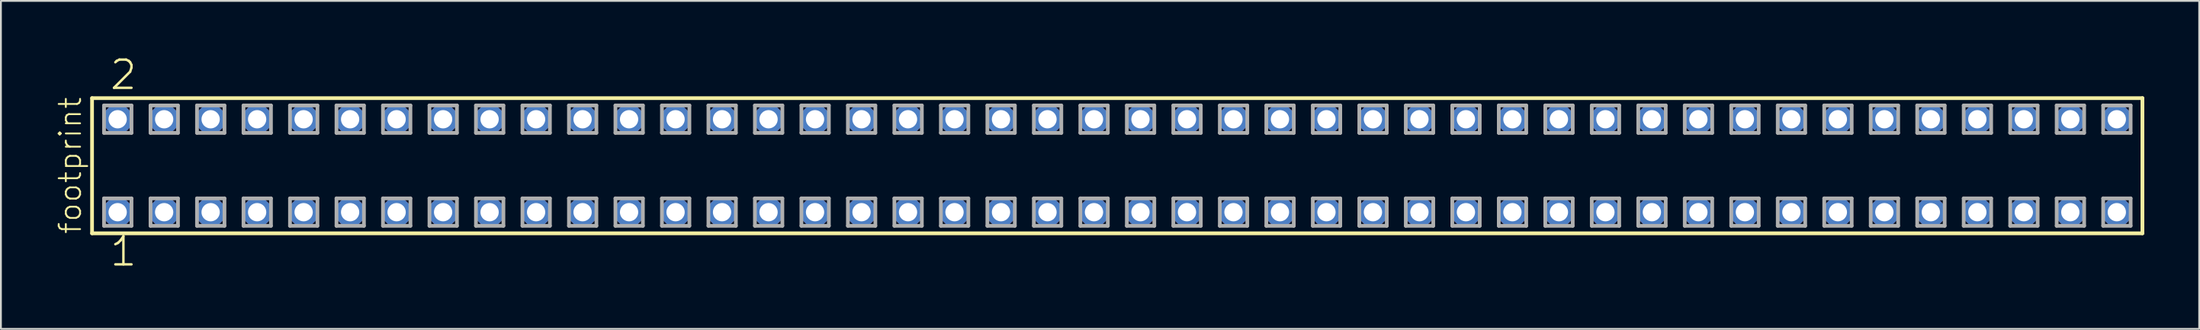
<source format=kicad_pcb>
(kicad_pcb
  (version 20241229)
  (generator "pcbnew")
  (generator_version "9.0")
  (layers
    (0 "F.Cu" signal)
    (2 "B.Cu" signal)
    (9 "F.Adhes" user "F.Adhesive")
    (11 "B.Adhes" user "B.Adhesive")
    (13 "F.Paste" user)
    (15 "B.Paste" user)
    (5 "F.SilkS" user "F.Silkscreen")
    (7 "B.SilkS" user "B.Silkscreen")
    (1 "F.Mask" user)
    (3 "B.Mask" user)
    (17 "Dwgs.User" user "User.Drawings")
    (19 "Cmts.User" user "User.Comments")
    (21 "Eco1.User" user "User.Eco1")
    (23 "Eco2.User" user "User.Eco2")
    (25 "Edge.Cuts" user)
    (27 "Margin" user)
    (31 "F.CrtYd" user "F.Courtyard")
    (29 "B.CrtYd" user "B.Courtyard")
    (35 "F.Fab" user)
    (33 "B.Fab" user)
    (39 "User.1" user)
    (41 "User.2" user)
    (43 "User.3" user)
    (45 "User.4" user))
  (footprint "footprint"
    (layer "F.Cu")
    (at 57.988 6.009)
    (property "Reference" "footprint" (at -56.515 3.81 90) (layer "F.SilkS") (effects (font (size 1.168 1.168) (thickness 0.102)) (justify left bottom)))
    (fp_line (start -56.009 -3.695) (end 56.009 -3.695) (stroke (width 0.203) (type solid)) (layer "F.SilkS"))
    (fp_line (start -56.009 3.695) (end -56.009 -3.695) (stroke (width 0.203) (type solid)) (layer "F.SilkS"))
    (fp_line (start 56.009 -3.695) (end 56.009 3.695) (stroke (width 0.203) (type solid)) (layer "F.SilkS"))
    (fp_line (start 56.009 3.695) (end -56.009 3.695) (stroke (width 0.203) (type solid)) (layer "F.SilkS"))
    (fp_line (start -55.355 -3.295) (end -53.855 -3.295) (stroke (width 0.203) (type solid)) (layer "F.Fab"))
    (fp_line (start -55.355 -1.795) (end -55.355 -3.295) (stroke (width 0.203) (type solid)) (layer "F.Fab"))
    (fp_line (start -55.355 1.785) (end -53.855 1.785) (stroke (width 0.203) (type solid)) (layer "F.Fab"))
    (fp_line (start -55.355 3.285) (end -55.355 1.785) (stroke (width 0.203) (type solid)) (layer "F.Fab"))
    (fp_line (start -53.855 -3.295) (end -53.855 -1.795) (stroke (width 0.203) (type solid)) (layer "F.Fab"))
    (fp_line (start -53.855 -1.795) (end -55.355 -1.795) (stroke (width 0.203) (type solid)) (layer "F.Fab"))
    (fp_line (start -53.855 1.785) (end -53.855 3.285) (stroke (width 0.203) (type solid)) (layer "F.Fab"))
    (fp_line (start -53.855 3.285) (end -55.355 3.285) (stroke (width 0.203) (type solid)) (layer "F.Fab"))
    (fp_line (start -52.815 -3.295) (end -51.315 -3.295) (stroke (width 0.203) (type solid)) (layer "F.Fab"))
    (fp_line (start -52.815 -1.795) (end -52.815 -3.295) (stroke (width 0.203) (type solid)) (layer "F.Fab"))
    (fp_line (start -52.815 1.785) (end -51.315 1.785) (stroke (width 0.203) (type solid)) (layer "F.Fab"))
    (fp_line (start -52.815 3.285) (end -52.815 1.785) (stroke (width 0.203) (type solid)) (layer "F.Fab"))
    (fp_line (start -51.315 -3.295) (end -51.315 -1.795) (stroke (width 0.203) (type solid)) (layer "F.Fab"))
    (fp_line (start -51.315 -1.795) (end -52.815 -1.795) (stroke (width 0.203) (type solid)) (layer "F.Fab"))
    (fp_line (start -51.315 1.785) (end -51.315 3.285) (stroke (width 0.203) (type solid)) (layer "F.Fab"))
    (fp_line (start -51.315 3.285) (end -52.815 3.285) (stroke (width 0.203) (type solid)) (layer "F.Fab"))
    (fp_line (start -50.275 -3.295) (end -48.775 -3.295) (stroke (width 0.203) (type solid)) (layer "F.Fab"))
    (fp_line (start -50.275 -1.795) (end -50.275 -3.295) (stroke (width 0.203) (type solid)) (layer "F.Fab"))
    (fp_line (start -50.275 1.785) (end -48.775 1.785) (stroke (width 0.203) (type solid)) (layer "F.Fab"))
    (fp_line (start -50.275 3.285) (end -50.275 1.785) (stroke (width 0.203) (type solid)) (layer "F.Fab"))
    (fp_line (start -48.775 -3.295) (end -48.775 -1.795) (stroke (width 0.203) (type solid)) (layer "F.Fab"))
    (fp_line (start -48.775 -1.795) (end -50.275 -1.795) (stroke (width 0.203) (type solid)) (layer "F.Fab"))
    (fp_line (start -48.775 1.785) (end -48.775 3.285) (stroke (width 0.203) (type solid)) (layer "F.Fab"))
    (fp_line (start -48.775 3.285) (end -50.275 3.285) (stroke (width 0.203) (type solid)) (layer "F.Fab"))
    (fp_line (start -47.735 -3.295) (end -46.235 -3.295) (stroke (width 0.203) (type solid)) (layer "F.Fab"))
    (fp_line (start -47.735 -1.795) (end -47.735 -3.295) (stroke (width 0.203) (type solid)) (layer "F.Fab"))
    (fp_line (start -47.735 1.785) (end -46.235 1.785) (stroke (width 0.203) (type solid)) (layer "F.Fab"))
    (fp_line (start -47.735 3.285) (end -47.735 1.785) (stroke (width 0.203) (type solid)) (layer "F.Fab"))
    (fp_line (start -46.235 -3.295) (end -46.235 -1.795) (stroke (width 0.203) (type solid)) (layer "F.Fab"))
    (fp_line (start -46.235 -1.795) (end -47.735 -1.795) (stroke (width 0.203) (type solid)) (layer "F.Fab"))
    (fp_line (start -46.235 1.785) (end -46.235 3.285) (stroke (width 0.203) (type solid)) (layer "F.Fab"))
    (fp_line (start -46.235 3.285) (end -47.735 3.285) (stroke (width 0.203) (type solid)) (layer "F.Fab"))
    (fp_line (start -45.195 -3.295) (end -43.695 -3.295) (stroke (width 0.203) (type solid)) (layer "F.Fab"))
    (fp_line (start -45.195 -1.795) (end -45.195 -3.295) (stroke (width 0.203) (type solid)) (layer "F.Fab"))
    (fp_line (start -45.195 1.785) (end -43.695 1.785) (stroke (width 0.203) (type solid)) (layer "F.Fab"))
    (fp_line (start -45.195 3.285) (end -45.195 1.785) (stroke (width 0.203) (type solid)) (layer "F.Fab"))
    (fp_line (start -43.695 -3.295) (end -43.695 -1.795) (stroke (width 0.203) (type solid)) (layer "F.Fab"))
    (fp_line (start -43.695 -1.795) (end -45.195 -1.795) (stroke (width 0.203) (type solid)) (layer "F.Fab"))
    (fp_line (start -43.695 1.785) (end -43.695 3.285) (stroke (width 0.203) (type solid)) (layer "F.Fab"))
    (fp_line (start -43.695 3.285) (end -45.195 3.285) (stroke (width 0.203) (type solid)) (layer "F.Fab"))
    (fp_line (start -42.655 -3.295) (end -41.155 -3.295) (stroke (width 0.203) (type solid)) (layer "F.Fab"))
    (fp_line (start -42.655 -1.795) (end -42.655 -3.295) (stroke (width 0.203) (type solid)) (layer "F.Fab"))
    (fp_line (start -42.655 1.785) (end -41.155 1.785) (stroke (width 0.203) (type solid)) (layer "F.Fab"))
    (fp_line (start -42.655 3.285) (end -42.655 1.785) (stroke (width 0.203) (type solid)) (layer "F.Fab"))
    (fp_line (start -41.155 -3.295) (end -41.155 -1.795) (stroke (width 0.203) (type solid)) (layer "F.Fab"))
    (fp_line (start -41.155 -1.795) (end -42.655 -1.795) (stroke (width 0.203) (type solid)) (layer "F.Fab"))
    (fp_line (start -41.155 1.785) (end -41.155 3.285) (stroke (width 0.203) (type solid)) (layer "F.Fab"))
    (fp_line (start -41.155 3.285) (end -42.655 3.285) (stroke (width 0.203) (type solid)) (layer "F.Fab"))
    (fp_line (start -40.115 -3.295) (end -38.615 -3.295) (stroke (width 0.203) (type solid)) (layer "F.Fab"))
    (fp_line (start -40.115 -1.795) (end -40.115 -3.295) (stroke (width 0.203) (type solid)) (layer "F.Fab"))
    (fp_line (start -40.115 1.785) (end -38.615 1.785) (stroke (width 0.203) (type solid)) (layer "F.Fab"))
    (fp_line (start -40.115 3.285) (end -40.115 1.785) (stroke (width 0.203) (type solid)) (layer "F.Fab"))
    (fp_line (start -38.615 -3.295) (end -38.615 -1.795) (stroke (width 0.203) (type solid)) (layer "F.Fab"))
    (fp_line (start -38.615 -1.795) (end -40.115 -1.795) (stroke (width 0.203) (type solid)) (layer "F.Fab"))
    (fp_line (start -38.615 1.785) (end -38.615 3.285) (stroke (width 0.203) (type solid)) (layer "F.Fab"))
    (fp_line (start -38.615 3.285) (end -40.115 3.285) (stroke (width 0.203) (type solid)) (layer "F.Fab"))
    (fp_line (start -37.575 -3.295) (end -36.075 -3.295) (stroke (width 0.203) (type solid)) (layer "F.Fab"))
    (fp_line (start -37.575 -1.795) (end -37.575 -3.295) (stroke (width 0.203) (type solid)) (layer "F.Fab"))
    (fp_line (start -37.575 1.785) (end -36.075 1.785) (stroke (width 0.203) (type solid)) (layer "F.Fab"))
    (fp_line (start -37.575 3.285) (end -37.575 1.785) (stroke (width 0.203) (type solid)) (layer "F.Fab"))
    (fp_line (start -36.075 -3.295) (end -36.075 -1.795) (stroke (width 0.203) (type solid)) (layer "F.Fab"))
    (fp_line (start -36.075 -1.795) (end -37.575 -1.795) (stroke (width 0.203) (type solid)) (layer "F.Fab"))
    (fp_line (start -36.075 1.785) (end -36.075 3.285) (stroke (width 0.203) (type solid)) (layer "F.Fab"))
    (fp_line (start -36.075 3.285) (end -37.575 3.285) (stroke (width 0.203) (type solid)) (layer "F.Fab"))
    (fp_line (start -35.035 -3.295) (end -33.535 -3.295) (stroke (width 0.203) (type solid)) (layer "F.Fab"))
    (fp_line (start -35.035 -1.795) (end -35.035 -3.295) (stroke (width 0.203) (type solid)) (layer "F.Fab"))
    (fp_line (start -35.035 1.785) (end -33.535 1.785) (stroke (width 0.203) (type solid)) (layer "F.Fab"))
    (fp_line (start -35.035 3.285) (end -35.035 1.785) (stroke (width 0.203) (type solid)) (layer "F.Fab"))
    (fp_line (start -33.535 -3.295) (end -33.535 -1.795) (stroke (width 0.203) (type solid)) (layer "F.Fab"))
    (fp_line (start -33.535 -1.795) (end -35.035 -1.795) (stroke (width 0.203) (type solid)) (layer "F.Fab"))
    (fp_line (start -33.535 1.785) (end -33.535 3.285) (stroke (width 0.203) (type solid)) (layer "F.Fab"))
    (fp_line (start -33.535 3.285) (end -35.035 3.285) (stroke (width 0.203) (type solid)) (layer "F.Fab"))
    (fp_line (start -32.495 -3.295) (end -30.995 -3.295) (stroke (width 0.203) (type solid)) (layer "F.Fab"))
    (fp_line (start -32.495 -1.795) (end -32.495 -3.295) (stroke (width 0.203) (type solid)) (layer "F.Fab"))
    (fp_line (start -32.495 1.785) (end -30.995 1.785) (stroke (width 0.203) (type solid)) (layer "F.Fab"))
    (fp_line (start -32.495 3.285) (end -32.495 1.785) (stroke (width 0.203) (type solid)) (layer "F.Fab"))
    (fp_line (start -30.995 -3.295) (end -30.995 -1.795) (stroke (width 0.203) (type solid)) (layer "F.Fab"))
    (fp_line (start -30.995 -1.795) (end -32.495 -1.795) (stroke (width 0.203) (type solid)) (layer "F.Fab"))
    (fp_line (start -30.995 1.785) (end -30.995 3.285) (stroke (width 0.203) (type solid)) (layer "F.Fab"))
    (fp_line (start -30.995 3.285) (end -32.495 3.285) (stroke (width 0.203) (type solid)) (layer "F.Fab"))
    (fp_line (start -29.955 -3.295) (end -28.455 -3.295) (stroke (width 0.203) (type solid)) (layer "F.Fab"))
    (fp_line (start -29.955 -1.795) (end -29.955 -3.295) (stroke (width 0.203) (type solid)) (layer "F.Fab"))
    (fp_line (start -29.955 1.785) (end -28.455 1.785) (stroke (width 0.203) (type solid)) (layer "F.Fab"))
    (fp_line (start -29.955 3.285) (end -29.955 1.785) (stroke (width 0.203) (type solid)) (layer "F.Fab"))
    (fp_line (start -28.455 -3.295) (end -28.455 -1.795) (stroke (width 0.203) (type solid)) (layer "F.Fab"))
    (fp_line (start -28.455 -1.795) (end -29.955 -1.795) (stroke (width 0.203) (type solid)) (layer "F.Fab"))
    (fp_line (start -28.455 1.785) (end -28.455 3.285) (stroke (width 0.203) (type solid)) (layer "F.Fab"))
    (fp_line (start -28.455 3.285) (end -29.955 3.285) (stroke (width 0.203) (type solid)) (layer "F.Fab"))
    (fp_line (start -27.415 -3.295) (end -25.915 -3.295) (stroke (width 0.203) (type solid)) (layer "F.Fab"))
    (fp_line (start -27.415 -1.795) (end -27.415 -3.295) (stroke (width 0.203) (type solid)) (layer "F.Fab"))
    (fp_line (start -27.415 1.785) (end -25.915 1.785) (stroke (width 0.203) (type solid)) (layer "F.Fab"))
    (fp_line (start -27.415 3.285) (end -27.415 1.785) (stroke (width 0.203) (type solid)) (layer "F.Fab"))
    (fp_line (start -25.915 -3.295) (end -25.915 -1.795) (stroke (width 0.203) (type solid)) (layer "F.Fab"))
    (fp_line (start -25.915 -1.795) (end -27.415 -1.795) (stroke (width 0.203) (type solid)) (layer "F.Fab"))
    (fp_line (start -25.915 1.785) (end -25.915 3.285) (stroke (width 0.203) (type solid)) (layer "F.Fab"))
    (fp_line (start -25.915 3.285) (end -27.415 3.285) (stroke (width 0.203) (type solid)) (layer "F.Fab"))
    (fp_line (start -24.875 -3.295) (end -23.375 -3.295) (stroke (width 0.203) (type solid)) (layer "F.Fab"))
    (fp_line (start -24.875 -1.795) (end -24.875 -3.295) (stroke (width 0.203) (type solid)) (layer "F.Fab"))
    (fp_line (start -24.875 1.785) (end -23.375 1.785) (stroke (width 0.203) (type solid)) (layer "F.Fab"))
    (fp_line (start -24.875 3.285) (end -24.875 1.785) (stroke (width 0.203) (type solid)) (layer "F.Fab"))
    (fp_line (start -23.375 -3.295) (end -23.375 -1.795) (stroke (width 0.203) (type solid)) (layer "F.Fab"))
    (fp_line (start -23.375 -1.795) (end -24.875 -1.795) (stroke (width 0.203) (type solid)) (layer "F.Fab"))
    (fp_line (start -23.375 1.785) (end -23.375 3.285) (stroke (width 0.203) (type solid)) (layer "F.Fab"))
    (fp_line (start -23.375 3.285) (end -24.875 3.285) (stroke (width 0.203) (type solid)) (layer "F.Fab"))
    (fp_line (start -22.335 -3.295) (end -20.835 -3.295) (stroke (width 0.203) (type solid)) (layer "F.Fab"))
    (fp_line (start -22.335 -1.795) (end -22.335 -3.295) (stroke (width 0.203) (type solid)) (layer "F.Fab"))
    (fp_line (start -22.335 1.785) (end -20.835 1.785) (stroke (width 0.203) (type solid)) (layer "F.Fab"))
    (fp_line (start -22.335 3.285) (end -22.335 1.785) (stroke (width 0.203) (type solid)) (layer "F.Fab"))
    (fp_line (start -20.835 -3.295) (end -20.835 -1.795) (stroke (width 0.203) (type solid)) (layer "F.Fab"))
    (fp_line (start -20.835 -1.795) (end -22.335 -1.795) (stroke (width 0.203) (type solid)) (layer "F.Fab"))
    (fp_line (start -20.835 1.785) (end -20.835 3.285) (stroke (width 0.203) (type solid)) (layer "F.Fab"))
    (fp_line (start -20.835 3.285) (end -22.335 3.285) (stroke (width 0.203) (type solid)) (layer "F.Fab"))
    (fp_line (start -19.795 -3.295) (end -18.295 -3.295) (stroke (width 0.203) (type solid)) (layer "F.Fab"))
    (fp_line (start -19.795 -1.795) (end -19.795 -3.295) (stroke (width 0.203) (type solid)) (layer "F.Fab"))
    (fp_line (start -19.795 1.785) (end -18.295 1.785) (stroke (width 0.203) (type solid)) (layer "F.Fab"))
    (fp_line (start -19.795 3.285) (end -19.795 1.785) (stroke (width 0.203) (type solid)) (layer "F.Fab"))
    (fp_line (start -18.295 -3.295) (end -18.295 -1.795) (stroke (width 0.203) (type solid)) (layer "F.Fab"))
    (fp_line (start -18.295 -1.795) (end -19.795 -1.795) (stroke (width 0.203) (type solid)) (layer "F.Fab"))
    (fp_line (start -18.295 1.785) (end -18.295 3.285) (stroke (width 0.203) (type solid)) (layer "F.Fab"))
    (fp_line (start -18.295 3.285) (end -19.795 3.285) (stroke (width 0.203) (type solid)) (layer "F.Fab"))
    (fp_line (start -17.255 -3.295) (end -15.755 -3.295) (stroke (width 0.203) (type solid)) (layer "F.Fab"))
    (fp_line (start -17.255 -1.795) (end -17.255 -3.295) (stroke (width 0.203) (type solid)) (layer "F.Fab"))
    (fp_line (start -17.255 1.785) (end -15.755 1.785) (stroke (width 0.203) (type solid)) (layer "F.Fab"))
    (fp_line (start -17.255 3.285) (end -17.255 1.785) (stroke (width 0.203) (type solid)) (layer "F.Fab"))
    (fp_line (start -15.755 -3.295) (end -15.755 -1.795) (stroke (width 0.203) (type solid)) (layer "F.Fab"))
    (fp_line (start -15.755 -1.795) (end -17.255 -1.795) (stroke (width 0.203) (type solid)) (layer "F.Fab"))
    (fp_line (start -15.755 1.785) (end -15.755 3.285) (stroke (width 0.203) (type solid)) (layer "F.Fab"))
    (fp_line (start -15.755 3.285) (end -17.255 3.285) (stroke (width 0.203) (type solid)) (layer "F.Fab"))
    (fp_line (start -14.715 -3.295) (end -13.215 -3.295) (stroke (width 0.203) (type solid)) (layer "F.Fab"))
    (fp_line (start -14.715 -1.795) (end -14.715 -3.295) (stroke (width 0.203) (type solid)) (layer "F.Fab"))
    (fp_line (start -14.715 1.785) (end -13.215 1.785) (stroke (width 0.203) (type solid)) (layer "F.Fab"))
    (fp_line (start -14.715 3.285) (end -14.715 1.785) (stroke (width 0.203) (type solid)) (layer "F.Fab"))
    (fp_line (start -13.215 -3.295) (end -13.215 -1.795) (stroke (width 0.203) (type solid)) (layer "F.Fab"))
    (fp_line (start -13.215 -1.795) (end -14.715 -1.795) (stroke (width 0.203) (type solid)) (layer "F.Fab"))
    (fp_line (start -13.215 1.785) (end -13.215 3.285) (stroke (width 0.203) (type solid)) (layer "F.Fab"))
    (fp_line (start -13.215 3.285) (end -14.715 3.285) (stroke (width 0.203) (type solid)) (layer "F.Fab"))
    (fp_line (start -12.175 -3.295) (end -10.675 -3.295) (stroke (width 0.203) (type solid)) (layer "F.Fab"))
    (fp_line (start -12.175 -1.795) (end -12.175 -3.295) (stroke (width 0.203) (type solid)) (layer "F.Fab"))
    (fp_line (start -12.175 1.785) (end -10.675 1.785) (stroke (width 0.203) (type solid)) (layer "F.Fab"))
    (fp_line (start -12.175 3.285) (end -12.175 1.785) (stroke (width 0.203) (type solid)) (layer "F.Fab"))
    (fp_line (start -10.675 -3.295) (end -10.675 -1.795) (stroke (width 0.203) (type solid)) (layer "F.Fab"))
    (fp_line (start -10.675 -1.795) (end -12.175 -1.795) (stroke (width 0.203) (type solid)) (layer "F.Fab"))
    (fp_line (start -10.675 1.785) (end -10.675 3.285) (stroke (width 0.203) (type solid)) (layer "F.Fab"))
    (fp_line (start -10.675 3.285) (end -12.175 3.285) (stroke (width 0.203) (type solid)) (layer "F.Fab"))
    (fp_line (start -9.635 -3.295) (end -8.135 -3.295) (stroke (width 0.203) (type solid)) (layer "F.Fab"))
    (fp_line (start -9.635 -1.795) (end -9.635 -3.295) (stroke (width 0.203) (type solid)) (layer "F.Fab"))
    (fp_line (start -9.635 1.785) (end -8.135 1.785) (stroke (width 0.203) (type solid)) (layer "F.Fab"))
    (fp_line (start -9.635 3.285) (end -9.635 1.785) (stroke (width 0.203) (type solid)) (layer "F.Fab"))
    (fp_line (start -8.135 -3.295) (end -8.135 -1.795) (stroke (width 0.203) (type solid)) (layer "F.Fab"))
    (fp_line (start -8.135 -1.795) (end -9.635 -1.795) (stroke (width 0.203) (type solid)) (layer "F.Fab"))
    (fp_line (start -8.135 1.785) (end -8.135 3.285) (stroke (width 0.203) (type solid)) (layer "F.Fab"))
    (fp_line (start -8.135 3.285) (end -9.635 3.285) (stroke (width 0.203) (type solid)) (layer "F.Fab"))
    (fp_line (start -7.095 -3.295) (end -5.595 -3.295) (stroke (width 0.203) (type solid)) (layer "F.Fab"))
    (fp_line (start -7.095 -1.795) (end -7.095 -3.295) (stroke (width 0.203) (type solid)) (layer "F.Fab"))
    (fp_line (start -7.095 1.785) (end -5.595 1.785) (stroke (width 0.203) (type solid)) (layer "F.Fab"))
    (fp_line (start -7.095 3.285) (end -7.095 1.785) (stroke (width 0.203) (type solid)) (layer "F.Fab"))
    (fp_line (start -5.595 -3.295) (end -5.595 -1.795) (stroke (width 0.203) (type solid)) (layer "F.Fab"))
    (fp_line (start -5.595 -1.795) (end -7.095 -1.795) (stroke (width 0.203) (type solid)) (layer "F.Fab"))
    (fp_line (start -5.595 1.785) (end -5.595 3.285) (stroke (width 0.203) (type solid)) (layer "F.Fab"))
    (fp_line (start -5.595 3.285) (end -7.095 3.285) (stroke (width 0.203) (type solid)) (layer "F.Fab"))
    (fp_line (start -4.555 -3.295) (end -3.055 -3.295) (stroke (width 0.203) (type solid)) (layer "F.Fab"))
    (fp_line (start -4.555 -1.795) (end -4.555 -3.295) (stroke (width 0.203) (type solid)) (layer "F.Fab"))
    (fp_line (start -4.555 1.785) (end -3.055 1.785) (stroke (width 0.203) (type solid)) (layer "F.Fab"))
    (fp_line (start -4.555 3.285) (end -4.555 1.785) (stroke (width 0.203) (type solid)) (layer "F.Fab"))
    (fp_line (start -3.055 -3.295) (end -3.055 -1.795) (stroke (width 0.203) (type solid)) (layer "F.Fab"))
    (fp_line (start -3.055 -1.795) (end -4.555 -1.795) (stroke (width 0.203) (type solid)) (layer "F.Fab"))
    (fp_line (start -3.055 1.785) (end -3.055 3.285) (stroke (width 0.203) (type solid)) (layer "F.Fab"))
    (fp_line (start -3.055 3.285) (end -4.555 3.285) (stroke (width 0.203) (type solid)) (layer "F.Fab"))
    (fp_line (start -2.015 -3.295) (end -0.515 -3.295) (stroke (width 0.203) (type solid)) (layer "F.Fab"))
    (fp_line (start -2.015 -1.795) (end -2.015 -3.295) (stroke (width 0.203) (type solid)) (layer "F.Fab"))
    (fp_line (start -2.015 1.785) (end -0.515 1.785) (stroke (width 0.203) (type solid)) (layer "F.Fab"))
    (fp_line (start -2.015 3.285) (end -2.015 1.785) (stroke (width 0.203) (type solid)) (layer "F.Fab"))
    (fp_line (start -0.515 -3.295) (end -0.515 -1.795) (stroke (width 0.203) (type solid)) (layer "F.Fab"))
    (fp_line (start -0.515 -1.795) (end -2.015 -1.795) (stroke (width 0.203) (type solid)) (layer "F.Fab"))
    (fp_line (start -0.515 1.785) (end -0.515 3.285) (stroke (width 0.203) (type solid)) (layer "F.Fab"))
    (fp_line (start -0.515 3.285) (end -2.015 3.285) (stroke (width 0.203) (type solid)) (layer "F.Fab"))
    (fp_line (start 0.525 -3.295) (end 2.025 -3.295) (stroke (width 0.203) (type solid)) (layer "F.Fab"))
    (fp_line (start 0.525 -1.795) (end 0.525 -3.295) (stroke (width 0.203) (type solid)) (layer "F.Fab"))
    (fp_line (start 0.525 1.785) (end 2.025 1.785) (stroke (width 0.203) (type solid)) (layer "F.Fab"))
    (fp_line (start 0.525 3.285) (end 0.525 1.785) (stroke (width 0.203) (type solid)) (layer "F.Fab"))
    (fp_line (start 2.025 -3.295) (end 2.025 -1.795) (stroke (width 0.203) (type solid)) (layer "F.Fab"))
    (fp_line (start 2.025 -1.795) (end 0.525 -1.795) (stroke (width 0.203) (type solid)) (layer "F.Fab"))
    (fp_line (start 2.025 1.785) (end 2.025 3.285) (stroke (width 0.203) (type solid)) (layer "F.Fab"))
    (fp_line (start 2.025 3.285) (end 0.525 3.285) (stroke (width 0.203) (type solid)) (layer "F.Fab"))
    (fp_line (start 3.065 -3.295) (end 4.565 -3.295) (stroke (width 0.203) (type solid)) (layer "F.Fab"))
    (fp_line (start 3.065 -1.795) (end 3.065 -3.295) (stroke (width 0.203) (type solid)) (layer "F.Fab"))
    (fp_line (start 3.065 1.785) (end 4.565 1.785) (stroke (width 0.203) (type solid)) (layer "F.Fab"))
    (fp_line (start 3.065 3.285) (end 3.065 1.785) (stroke (width 0.203) (type solid)) (layer "F.Fab"))
    (fp_line (start 4.565 -3.295) (end 4.565 -1.795) (stroke (width 0.203) (type solid)) (layer "F.Fab"))
    (fp_line (start 4.565 -1.795) (end 3.065 -1.795) (stroke (width 0.203) (type solid)) (layer "F.Fab"))
    (fp_line (start 4.565 1.785) (end 4.565 3.285) (stroke (width 0.203) (type solid)) (layer "F.Fab"))
    (fp_line (start 4.565 3.285) (end 3.065 3.285) (stroke (width 0.203) (type solid)) (layer "F.Fab"))
    (fp_line (start 5.605 -3.295) (end 7.105 -3.295) (stroke (width 0.203) (type solid)) (layer "F.Fab"))
    (fp_line (start 5.605 -1.795) (end 5.605 -3.295) (stroke (width 0.203) (type solid)) (layer "F.Fab"))
    (fp_line (start 5.605 1.785) (end 7.105 1.785) (stroke (width 0.203) (type solid)) (layer "F.Fab"))
    (fp_line (start 5.605 3.285) (end 5.605 1.785) (stroke (width 0.203) (type solid)) (layer "F.Fab"))
    (fp_line (start 7.105 -3.295) (end 7.105 -1.795) (stroke (width 0.203) (type solid)) (layer "F.Fab"))
    (fp_line (start 7.105 -1.795) (end 5.605 -1.795) (stroke (width 0.203) (type solid)) (layer "F.Fab"))
    (fp_line (start 7.105 1.785) (end 7.105 3.285) (stroke (width 0.203) (type solid)) (layer "F.Fab"))
    (fp_line (start 7.105 3.285) (end 5.605 3.285) (stroke (width 0.203) (type solid)) (layer "F.Fab"))
    (fp_line (start 8.145 -3.295) (end 9.645 -3.295) (stroke (width 0.203) (type solid)) (layer "F.Fab"))
    (fp_line (start 8.145 -1.795) (end 8.145 -3.295) (stroke (width 0.203) (type solid)) (layer "F.Fab"))
    (fp_line (start 8.145 1.785) (end 9.645 1.785) (stroke (width 0.203) (type solid)) (layer "F.Fab"))
    (fp_line (start 8.145 3.285) (end 8.145 1.785) (stroke (width 0.203) (type solid)) (layer "F.Fab"))
    (fp_line (start 9.645 -3.295) (end 9.645 -1.795) (stroke (width 0.203) (type solid)) (layer "F.Fab"))
    (fp_line (start 9.645 -1.795) (end 8.145 -1.795) (stroke (width 0.203) (type solid)) (layer "F.Fab"))
    (fp_line (start 9.645 1.785) (end 9.645 3.285) (stroke (width 0.203) (type solid)) (layer "F.Fab"))
    (fp_line (start 9.645 3.285) (end 8.145 3.285) (stroke (width 0.203) (type solid)) (layer "F.Fab"))
    (fp_line (start 10.685 -3.295) (end 12.185 -3.295) (stroke (width 0.203) (type solid)) (layer "F.Fab"))
    (fp_line (start 10.685 -1.795) (end 10.685 -3.295) (stroke (width 0.203) (type solid)) (layer "F.Fab"))
    (fp_line (start 10.685 1.785) (end 12.185 1.785) (stroke (width 0.203) (type solid)) (layer "F.Fab"))
    (fp_line (start 10.685 3.285) (end 10.685 1.785) (stroke (width 0.203) (type solid)) (layer "F.Fab"))
    (fp_line (start 12.185 -3.295) (end 12.185 -1.795) (stroke (width 0.203) (type solid)) (layer "F.Fab"))
    (fp_line (start 12.185 -1.795) (end 10.685 -1.795) (stroke (width 0.203) (type solid)) (layer "F.Fab"))
    (fp_line (start 12.185 1.785) (end 12.185 3.285) (stroke (width 0.203) (type solid)) (layer "F.Fab"))
    (fp_line (start 12.185 3.285) (end 10.685 3.285) (stroke (width 0.203) (type solid)) (layer "F.Fab"))
    (fp_line (start 13.225 -3.295) (end 14.725 -3.295) (stroke (width 0.203) (type solid)) (layer "F.Fab"))
    (fp_line (start 13.225 -1.795) (end 13.225 -3.295) (stroke (width 0.203) (type solid)) (layer "F.Fab"))
    (fp_line (start 13.225 1.785) (end 14.725 1.785) (stroke (width 0.203) (type solid)) (layer "F.Fab"))
    (fp_line (start 13.225 3.285) (end 13.225 1.785) (stroke (width 0.203) (type solid)) (layer "F.Fab"))
    (fp_line (start 14.725 -3.295) (end 14.725 -1.795) (stroke (width 0.203) (type solid)) (layer "F.Fab"))
    (fp_line (start 14.725 -1.795) (end 13.225 -1.795) (stroke (width 0.203) (type solid)) (layer "F.Fab"))
    (fp_line (start 14.725 1.785) (end 14.725 3.285) (stroke (width 0.203) (type solid)) (layer "F.Fab"))
    (fp_line (start 14.725 3.285) (end 13.225 3.285) (stroke (width 0.203) (type solid)) (layer "F.Fab"))
    (fp_line (start 15.765 -3.295) (end 17.265 -3.295) (stroke (width 0.203) (type solid)) (layer "F.Fab"))
    (fp_line (start 15.765 -1.795) (end 15.765 -3.295) (stroke (width 0.203) (type solid)) (layer "F.Fab"))
    (fp_line (start 15.765 1.785) (end 17.265 1.785) (stroke (width 0.203) (type solid)) (layer "F.Fab"))
    (fp_line (start 15.765 3.285) (end 15.765 1.785) (stroke (width 0.203) (type solid)) (layer "F.Fab"))
    (fp_line (start 17.265 -3.295) (end 17.265 -1.795) (stroke (width 0.203) (type solid)) (layer "F.Fab"))
    (fp_line (start 17.265 -1.795) (end 15.765 -1.795) (stroke (width 0.203) (type solid)) (layer "F.Fab"))
    (fp_line (start 17.265 1.785) (end 17.265 3.285) (stroke (width 0.203) (type solid)) (layer "F.Fab"))
    (fp_line (start 17.265 3.285) (end 15.765 3.285) (stroke (width 0.203) (type solid)) (layer "F.Fab"))
    (fp_line (start 18.305 -3.295) (end 19.805 -3.295) (stroke (width 0.203) (type solid)) (layer "F.Fab"))
    (fp_line (start 18.305 -1.795) (end 18.305 -3.295) (stroke (width 0.203) (type solid)) (layer "F.Fab"))
    (fp_line (start 18.305 1.785) (end 19.805 1.785) (stroke (width 0.203) (type solid)) (layer "F.Fab"))
    (fp_line (start 18.305 3.285) (end 18.305 1.785) (stroke (width 0.203) (type solid)) (layer "F.Fab"))
    (fp_line (start 19.805 -3.295) (end 19.805 -1.795) (stroke (width 0.203) (type solid)) (layer "F.Fab"))
    (fp_line (start 19.805 -1.795) (end 18.305 -1.795) (stroke (width 0.203) (type solid)) (layer "F.Fab"))
    (fp_line (start 19.805 1.785) (end 19.805 3.285) (stroke (width 0.203) (type solid)) (layer "F.Fab"))
    (fp_line (start 19.805 3.285) (end 18.305 3.285) (stroke (width 0.203) (type solid)) (layer "F.Fab"))
    (fp_line (start 20.845 -3.295) (end 22.345 -3.295) (stroke (width 0.203) (type solid)) (layer "F.Fab"))
    (fp_line (start 20.845 -1.795) (end 20.845 -3.295) (stroke (width 0.203) (type solid)) (layer "F.Fab"))
    (fp_line (start 20.845 1.785) (end 22.345 1.785) (stroke (width 0.203) (type solid)) (layer "F.Fab"))
    (fp_line (start 20.845 3.285) (end 20.845 1.785) (stroke (width 0.203) (type solid)) (layer "F.Fab"))
    (fp_line (start 22.345 -3.295) (end 22.345 -1.795) (stroke (width 0.203) (type solid)) (layer "F.Fab"))
    (fp_line (start 22.345 -1.795) (end 20.845 -1.795) (stroke (width 0.203) (type solid)) (layer "F.Fab"))
    (fp_line (start 22.345 1.785) (end 22.345 3.285) (stroke (width 0.203) (type solid)) (layer "F.Fab"))
    (fp_line (start 22.345 3.285) (end 20.845 3.285) (stroke (width 0.203) (type solid)) (layer "F.Fab"))
    (fp_line (start 23.385 -3.295) (end 24.885 -3.295) (stroke (width 0.203) (type solid)) (layer "F.Fab"))
    (fp_line (start 23.385 -1.795) (end 23.385 -3.295) (stroke (width 0.203) (type solid)) (layer "F.Fab"))
    (fp_line (start 23.385 1.785) (end 24.885 1.785) (stroke (width 0.203) (type solid)) (layer "F.Fab"))
    (fp_line (start 23.385 3.285) (end 23.385 1.785) (stroke (width 0.203) (type solid)) (layer "F.Fab"))
    (fp_line (start 24.885 -3.295) (end 24.885 -1.795) (stroke (width 0.203) (type solid)) (layer "F.Fab"))
    (fp_line (start 24.885 -1.795) (end 23.385 -1.795) (stroke (width 0.203) (type solid)) (layer "F.Fab"))
    (fp_line (start 24.885 1.785) (end 24.885 3.285) (stroke (width 0.203) (type solid)) (layer "F.Fab"))
    (fp_line (start 24.885 3.285) (end 23.385 3.285) (stroke (width 0.203) (type solid)) (layer "F.Fab"))
    (fp_line (start 25.925 -3.295) (end 27.425 -3.295) (stroke (width 0.203) (type solid)) (layer "F.Fab"))
    (fp_line (start 25.925 -1.795) (end 25.925 -3.295) (stroke (width 0.203) (type solid)) (layer "F.Fab"))
    (fp_line (start 25.925 1.785) (end 27.425 1.785) (stroke (width 0.203) (type solid)) (layer "F.Fab"))
    (fp_line (start 25.925 3.285) (end 25.925 1.785) (stroke (width 0.203) (type solid)) (layer "F.Fab"))
    (fp_line (start 27.425 -3.295) (end 27.425 -1.795) (stroke (width 0.203) (type solid)) (layer "F.Fab"))
    (fp_line (start 27.425 -1.795) (end 25.925 -1.795) (stroke (width 0.203) (type solid)) (layer "F.Fab"))
    (fp_line (start 27.425 1.785) (end 27.425 3.285) (stroke (width 0.203) (type solid)) (layer "F.Fab"))
    (fp_line (start 27.425 3.285) (end 25.925 3.285) (stroke (width 0.203) (type solid)) (layer "F.Fab"))
    (fp_line (start 28.465 -3.295) (end 29.965 -3.295) (stroke (width 0.203) (type solid)) (layer "F.Fab"))
    (fp_line (start 28.465 -1.795) (end 28.465 -3.295) (stroke (width 0.203) (type solid)) (layer "F.Fab"))
    (fp_line (start 28.465 1.785) (end 29.965 1.785) (stroke (width 0.203) (type solid)) (layer "F.Fab"))
    (fp_line (start 28.465 3.285) (end 28.465 1.785) (stroke (width 0.203) (type solid)) (layer "F.Fab"))
    (fp_line (start 29.965 -3.295) (end 29.965 -1.795) (stroke (width 0.203) (type solid)) (layer "F.Fab"))
    (fp_line (start 29.965 -1.795) (end 28.465 -1.795) (stroke (width 0.203) (type solid)) (layer "F.Fab"))
    (fp_line (start 29.965 1.785) (end 29.965 3.285) (stroke (width 0.203) (type solid)) (layer "F.Fab"))
    (fp_line (start 29.965 3.285) (end 28.465 3.285) (stroke (width 0.203) (type solid)) (layer "F.Fab"))
    (fp_line (start 31.005 -3.295) (end 32.505 -3.295) (stroke (width 0.203) (type solid)) (layer "F.Fab"))
    (fp_line (start 31.005 -1.795) (end 31.005 -3.295) (stroke (width 0.203) (type solid)) (layer "F.Fab"))
    (fp_line (start 31.005 1.785) (end 32.505 1.785) (stroke (width 0.203) (type solid)) (layer "F.Fab"))
    (fp_line (start 31.005 3.285) (end 31.005 1.785) (stroke (width 0.203) (type solid)) (layer "F.Fab"))
    (fp_line (start 32.505 -3.295) (end 32.505 -1.795) (stroke (width 0.203) (type solid)) (layer "F.Fab"))
    (fp_line (start 32.505 -1.795) (end 31.005 -1.795) (stroke (width 0.203) (type solid)) (layer "F.Fab"))
    (fp_line (start 32.505 1.785) (end 32.505 3.285) (stroke (width 0.203) (type solid)) (layer "F.Fab"))
    (fp_line (start 32.505 3.285) (end 31.005 3.285) (stroke (width 0.203) (type solid)) (layer "F.Fab"))
    (fp_line (start 33.545 -3.295) (end 35.045 -3.295) (stroke (width 0.203) (type solid)) (layer "F.Fab"))
    (fp_line (start 33.545 -1.795) (end 33.545 -3.295) (stroke (width 0.203) (type solid)) (layer "F.Fab"))
    (fp_line (start 33.545 1.785) (end 35.045 1.785) (stroke (width 0.203) (type solid)) (layer "F.Fab"))
    (fp_line (start 33.545 3.285) (end 33.545 1.785) (stroke (width 0.203) (type solid)) (layer "F.Fab"))
    (fp_line (start 35.045 -3.295) (end 35.045 -1.795) (stroke (width 0.203) (type solid)) (layer "F.Fab"))
    (fp_line (start 35.045 -1.795) (end 33.545 -1.795) (stroke (width 0.203) (type solid)) (layer "F.Fab"))
    (fp_line (start 35.045 1.785) (end 35.045 3.285) (stroke (width 0.203) (type solid)) (layer "F.Fab"))
    (fp_line (start 35.045 3.285) (end 33.545 3.285) (stroke (width 0.203) (type solid)) (layer "F.Fab"))
    (fp_line (start 36.085 -3.295) (end 37.585 -3.295) (stroke (width 0.203) (type solid)) (layer "F.Fab"))
    (fp_line (start 36.085 -1.795) (end 36.085 -3.295) (stroke (width 0.203) (type solid)) (layer "F.Fab"))
    (fp_line (start 36.085 1.785) (end 37.585 1.785) (stroke (width 0.203) (type solid)) (layer "F.Fab"))
    (fp_line (start 36.085 3.285) (end 36.085 1.785) (stroke (width 0.203) (type solid)) (layer "F.Fab"))
    (fp_line (start 37.585 -3.295) (end 37.585 -1.795) (stroke (width 0.203) (type solid)) (layer "F.Fab"))
    (fp_line (start 37.585 -1.795) (end 36.085 -1.795) (stroke (width 0.203) (type solid)) (layer "F.Fab"))
    (fp_line (start 37.585 1.785) (end 37.585 3.285) (stroke (width 0.203) (type solid)) (layer "F.Fab"))
    (fp_line (start 37.585 3.285) (end 36.085 3.285) (stroke (width 0.203) (type solid)) (layer "F.Fab"))
    (fp_line (start 38.625 -3.295) (end 40.125 -3.295) (stroke (width 0.203) (type solid)) (layer "F.Fab"))
    (fp_line (start 38.625 -1.795) (end 38.625 -3.295) (stroke (width 0.203) (type solid)) (layer "F.Fab"))
    (fp_line (start 38.625 1.785) (end 40.125 1.785) (stroke (width 0.203) (type solid)) (layer "F.Fab"))
    (fp_line (start 38.625 3.285) (end 38.625 1.785) (stroke (width 0.203) (type solid)) (layer "F.Fab"))
    (fp_line (start 40.125 -3.295) (end 40.125 -1.795) (stroke (width 0.203) (type solid)) (layer "F.Fab"))
    (fp_line (start 40.125 -1.795) (end 38.625 -1.795) (stroke (width 0.203) (type solid)) (layer "F.Fab"))
    (fp_line (start 40.125 1.785) (end 40.125 3.285) (stroke (width 0.203) (type solid)) (layer "F.Fab"))
    (fp_line (start 40.125 3.285) (end 38.625 3.285) (stroke (width 0.203) (type solid)) (layer "F.Fab"))
    (fp_line (start 41.165 -3.295) (end 42.665 -3.295) (stroke (width 0.203) (type solid)) (layer "F.Fab"))
    (fp_line (start 41.165 -1.795) (end 41.165 -3.295) (stroke (width 0.203) (type solid)) (layer "F.Fab"))
    (fp_line (start 41.165 1.785) (end 42.665 1.785) (stroke (width 0.203) (type solid)) (layer "F.Fab"))
    (fp_line (start 41.165 3.285) (end 41.165 1.785) (stroke (width 0.203) (type solid)) (layer "F.Fab"))
    (fp_line (start 42.665 -3.295) (end 42.665 -1.795) (stroke (width 0.203) (type solid)) (layer "F.Fab"))
    (fp_line (start 42.665 -1.795) (end 41.165 -1.795) (stroke (width 0.203) (type solid)) (layer "F.Fab"))
    (fp_line (start 42.665 1.785) (end 42.665 3.285) (stroke (width 0.203) (type solid)) (layer "F.Fab"))
    (fp_line (start 42.665 3.285) (end 41.165 3.285) (stroke (width 0.203) (type solid)) (layer "F.Fab"))
    (fp_line (start 43.705 -3.295) (end 45.205 -3.295) (stroke (width 0.203) (type solid)) (layer "F.Fab"))
    (fp_line (start 43.705 -1.795) (end 43.705 -3.295) (stroke (width 0.203) (type solid)) (layer "F.Fab"))
    (fp_line (start 43.705 1.785) (end 45.205 1.785) (stroke (width 0.203) (type solid)) (layer "F.Fab"))
    (fp_line (start 43.705 3.285) (end 43.705 1.785) (stroke (width 0.203) (type solid)) (layer "F.Fab"))
    (fp_line (start 45.205 -3.295) (end 45.205 -1.795) (stroke (width 0.203) (type solid)) (layer "F.Fab"))
    (fp_line (start 45.205 -1.795) (end 43.705 -1.795) (stroke (width 0.203) (type solid)) (layer "F.Fab"))
    (fp_line (start 45.205 1.785) (end 45.205 3.285) (stroke (width 0.203) (type solid)) (layer "F.Fab"))
    (fp_line (start 45.205 3.285) (end 43.705 3.285) (stroke (width 0.203) (type solid)) (layer "F.Fab"))
    (fp_line (start 46.245 -3.295) (end 47.745 -3.295) (stroke (width 0.203) (type solid)) (layer "F.Fab"))
    (fp_line (start 46.245 -1.795) (end 46.245 -3.295) (stroke (width 0.203) (type solid)) (layer "F.Fab"))
    (fp_line (start 46.245 1.785) (end 47.745 1.785) (stroke (width 0.203) (type solid)) (layer "F.Fab"))
    (fp_line (start 46.245 3.285) (end 46.245 1.785) (stroke (width 0.203) (type solid)) (layer "F.Fab"))
    (fp_line (start 47.745 -3.295) (end 47.745 -1.795) (stroke (width 0.203) (type solid)) (layer "F.Fab"))
    (fp_line (start 47.745 -1.795) (end 46.245 -1.795) (stroke (width 0.203) (type solid)) (layer "F.Fab"))
    (fp_line (start 47.745 1.785) (end 47.745 3.285) (stroke (width 0.203) (type solid)) (layer "F.Fab"))
    (fp_line (start 47.745 3.285) (end 46.245 3.285) (stroke (width 0.203) (type solid)) (layer "F.Fab"))
    (fp_line (start 48.785 -3.295) (end 50.285 -3.295) (stroke (width 0.203) (type solid)) (layer "F.Fab"))
    (fp_line (start 48.785 -1.795) (end 48.785 -3.295) (stroke (width 0.203) (type solid)) (layer "F.Fab"))
    (fp_line (start 48.785 1.785) (end 50.285 1.785) (stroke (width 0.203) (type solid)) (layer "F.Fab"))
    (fp_line (start 48.785 3.285) (end 48.785 1.785) (stroke (width 0.203) (type solid)) (layer "F.Fab"))
    (fp_line (start 50.285 -3.295) (end 50.285 -1.795) (stroke (width 0.203) (type solid)) (layer "F.Fab"))
    (fp_line (start 50.285 -1.795) (end 48.785 -1.795) (stroke (width 0.203) (type solid)) (layer "F.Fab"))
    (fp_line (start 50.285 1.785) (end 50.285 3.285) (stroke (width 0.203) (type solid)) (layer "F.Fab"))
    (fp_line (start 50.285 3.285) (end 48.785 3.285) (stroke (width 0.203) (type solid)) (layer "F.Fab"))
    (fp_line (start 51.325 -3.295) (end 52.825 -3.295) (stroke (width 0.203) (type solid)) (layer "F.Fab"))
    (fp_line (start 51.325 -1.795) (end 51.325 -3.295) (stroke (width 0.203) (type solid)) (layer "F.Fab"))
    (fp_line (start 51.325 1.785) (end 52.825 1.785) (stroke (width 0.203) (type solid)) (layer "F.Fab"))
    (fp_line (start 51.325 3.285) (end 51.325 1.785) (stroke (width 0.203) (type solid)) (layer "F.Fab"))
    (fp_line (start 52.825 -3.295) (end 52.825 -1.795) (stroke (width 0.203) (type solid)) (layer "F.Fab"))
    (fp_line (start 52.825 -1.795) (end 51.325 -1.795) (stroke (width 0.203) (type solid)) (layer "F.Fab"))
    (fp_line (start 52.825 1.785) (end 52.825 3.285) (stroke (width 0.203) (type solid)) (layer "F.Fab"))
    (fp_line (start 52.825 3.285) (end 51.325 3.285) (stroke (width 0.203) (type solid)) (layer "F.Fab"))
    (fp_line (start 53.865 -3.295) (end 55.365 -3.295) (stroke (width 0.203) (type solid)) (layer "F.Fab"))
    (fp_line (start 53.865 -1.795) (end 53.865 -3.295) (stroke (width 0.203) (type solid)) (layer "F.Fab"))
    (fp_line (start 53.865 1.785) (end 55.365 1.785) (stroke (width 0.203) (type solid)) (layer "F.Fab"))
    (fp_line (start 53.865 3.285) (end 53.865 1.785) (stroke (width 0.203) (type solid)) (layer "F.Fab"))
    (fp_line (start 55.365 -3.295) (end 55.365 -1.795) (stroke (width 0.203) (type solid)) (layer "F.Fab"))
    (fp_line (start 55.365 -1.795) (end 53.865 -1.795) (stroke (width 0.203) (type solid)) (layer "F.Fab"))
    (fp_line (start 55.365 1.785) (end 55.365 3.285) (stroke (width 0.203) (type solid)) (layer "F.Fab"))
    (fp_line (start 55.365 3.285) (end 53.865 3.285) (stroke (width 0.203) (type solid)) (layer "F.Fab"))
    (fp_text user "2" (at -55.118 -4.064 0) (layer "F.SilkS") (effects (font (size 1.542 1.542) (thickness 0.134)) (justify left bottom)))
    (fp_text user "1" (at -55.118 5.588 0) (layer "F.SilkS") (effects (font (size 1.542 1.542) (thickness 0.134)) (justify left bottom)))
    (pad "1" thru_hole roundrect (at -54.61 2.54) (size 1.5 1.5) (drill 1) (layers "*.Cu" "*.Mask") (roundrect_rratio 0.25) (chamfer_ratio 0.25) (chamfer top_left top_right bottom_left bottom_right))
    (pad "2" thru_hole roundrect (at -54.61 -2.54) (size 1.5 1.5) (drill 1) (layers "*.Cu" "*.Mask") (roundrect_rratio 0.25) (chamfer_ratio 0.25) (chamfer top_left top_right bottom_left bottom_right))
    (pad "3" thru_hole roundrect (at -52.07 2.54) (size 1.5 1.5) (drill 1) (layers "*.Cu" "*.Mask") (roundrect_rratio 0.25) (chamfer_ratio 0.25) (chamfer top_left top_right bottom_left bottom_right))
    (pad "4" thru_hole roundrect (at -52.07 -2.54) (size 1.5 1.5) (drill 1) (layers "*.Cu" "*.Mask") (roundrect_rratio 0.25) (chamfer_ratio 0.25) (chamfer top_left top_right bottom_left bottom_right))
    (pad "5" thru_hole roundrect (at -49.53 2.54) (size 1.5 1.5) (drill 1) (layers "*.Cu" "*.Mask") (roundrect_rratio 0.25) (chamfer_ratio 0.25) (chamfer top_left top_right bottom_left bottom_right))
    (pad "6" thru_hole roundrect (at -49.53 -2.54) (size 1.5 1.5) (drill 1) (layers "*.Cu" "*.Mask") (roundrect_rratio 0.25) (chamfer_ratio 0.25) (chamfer top_left top_right bottom_left bottom_right))
    (pad "7" thru_hole roundrect (at -46.99 2.54) (size 1.5 1.5) (drill 1) (layers "*.Cu" "*.Mask") (roundrect_rratio 0.25) (chamfer_ratio 0.25) (chamfer top_left top_right bottom_left bottom_right))
    (pad "8" thru_hole roundrect (at -46.99 -2.54) (size 1.5 1.5) (drill 1) (layers "*.Cu" "*.Mask") (roundrect_rratio 0.25) (chamfer_ratio 0.25) (chamfer top_left top_right bottom_left bottom_right))
    (pad "9" thru_hole roundrect (at -44.45 2.54) (size 1.5 1.5) (drill 1) (layers "*.Cu" "*.Mask") (roundrect_rratio 0.25) (chamfer_ratio 0.25) (chamfer top_left top_right bottom_left bottom_right))
    (pad "10" thru_hole roundrect (at -44.45 -2.54) (size 1.5 1.5) (drill 1) (layers "*.Cu" "*.Mask") (roundrect_rratio 0.25) (chamfer_ratio 0.25) (chamfer top_left top_right bottom_left bottom_right))
    (pad "11" thru_hole roundrect (at -41.91 2.54) (size 1.5 1.5) (drill 1) (layers "*.Cu" "*.Mask") (roundrect_rratio 0.25) (chamfer_ratio 0.25) (chamfer top_left top_right bottom_left bottom_right))
    (pad "12" thru_hole roundrect (at -41.91 -2.54) (size 1.5 1.5) (drill 1) (layers "*.Cu" "*.Mask") (roundrect_rratio 0.25) (chamfer_ratio 0.25) (chamfer top_left top_right bottom_left bottom_right))
    (pad "13" thru_hole roundrect (at -39.37 2.54) (size 1.5 1.5) (drill 1) (layers "*.Cu" "*.Mask") (roundrect_rratio 0.25) (chamfer_ratio 0.25) (chamfer top_left top_right bottom_left bottom_right))
    (pad "14" thru_hole roundrect (at -39.37 -2.54) (size 1.5 1.5) (drill 1) (layers "*.Cu" "*.Mask") (roundrect_rratio 0.25) (chamfer_ratio 0.25) (chamfer top_left top_right bottom_left bottom_right))
    (pad "15" thru_hole roundrect (at -36.83 2.54) (size 1.5 1.5) (drill 1) (layers "*.Cu" "*.Mask") (roundrect_rratio 0.25) (chamfer_ratio 0.25) (chamfer top_left top_right bottom_left bottom_right))
    (pad "16" thru_hole roundrect (at -36.83 -2.54) (size 1.5 1.5) (drill 1) (layers "*.Cu" "*.Mask") (roundrect_rratio 0.25) (chamfer_ratio 0.25) (chamfer top_left top_right bottom_left bottom_right))
    (pad "17" thru_hole roundrect (at -34.29 2.54) (size 1.5 1.5) (drill 1) (layers "*.Cu" "*.Mask") (roundrect_rratio 0.25) (chamfer_ratio 0.25) (chamfer top_left top_right bottom_left bottom_right))
    (pad "18" thru_hole roundrect (at -34.29 -2.54) (size 1.5 1.5) (drill 1) (layers "*.Cu" "*.Mask") (roundrect_rratio 0.25) (chamfer_ratio 0.25) (chamfer top_left top_right bottom_left bottom_right))
    (pad "19" thru_hole roundrect (at -31.75 2.54) (size 1.5 1.5) (drill 1) (layers "*.Cu" "*.Mask") (roundrect_rratio 0.25) (chamfer_ratio 0.25) (chamfer top_left top_right bottom_left bottom_right))
    (pad "20" thru_hole roundrect (at -31.75 -2.54) (size 1.5 1.5) (drill 1) (layers "*.Cu" "*.Mask") (roundrect_rratio 0.25) (chamfer_ratio 0.25) (chamfer top_left top_right bottom_left bottom_right))
    (pad "21" thru_hole roundrect (at -29.21 2.54) (size 1.5 1.5) (drill 1) (layers "*.Cu" "*.Mask") (roundrect_rratio 0.25) (chamfer_ratio 0.25) (chamfer top_left top_right bottom_left bottom_right))
    (pad "22" thru_hole roundrect (at -29.21 -2.54) (size 1.5 1.5) (drill 1) (layers "*.Cu" "*.Mask") (roundrect_rratio 0.25) (chamfer_ratio 0.25) (chamfer top_left top_right bottom_left bottom_right))
    (pad "23" thru_hole roundrect (at -26.67 2.54) (size 1.5 1.5) (drill 1) (layers "*.Cu" "*.Mask") (roundrect_rratio 0.25) (chamfer_ratio 0.25) (chamfer top_left top_right bottom_left bottom_right))
    (pad "24" thru_hole roundrect (at -26.67 -2.54) (size 1.5 1.5) (drill 1) (layers "*.Cu" "*.Mask") (roundrect_rratio 0.25) (chamfer_ratio 0.25) (chamfer top_left top_right bottom_left bottom_right))
    (pad "25" thru_hole roundrect (at -24.13 2.54) (size 1.5 1.5) (drill 1) (layers "*.Cu" "*.Mask") (roundrect_rratio 0.25) (chamfer_ratio 0.25) (chamfer top_left top_right bottom_left bottom_right))
    (pad "26" thru_hole roundrect (at -24.13 -2.54) (size 1.5 1.5) (drill 1) (layers "*.Cu" "*.Mask") (roundrect_rratio 0.25) (chamfer_ratio 0.25) (chamfer top_left top_right bottom_left bottom_right))
    (pad "27" thru_hole roundrect (at -21.59 2.54) (size 1.5 1.5) (drill 1) (layers "*.Cu" "*.Mask") (roundrect_rratio 0.25) (chamfer_ratio 0.25) (chamfer top_left top_right bottom_left bottom_right))
    (pad "28" thru_hole roundrect (at -21.59 -2.54) (size 1.5 1.5) (drill 1) (layers "*.Cu" "*.Mask") (roundrect_rratio 0.25) (chamfer_ratio 0.25) (chamfer top_left top_right bottom_left bottom_right))
    (pad "29" thru_hole roundrect (at -19.05 2.54) (size 1.5 1.5) (drill 1) (layers "*.Cu" "*.Mask") (roundrect_rratio 0.25) (chamfer_ratio 0.25) (chamfer top_left top_right bottom_left bottom_right))
    (pad "30" thru_hole roundrect (at -19.05 -2.54) (size 1.5 1.5) (drill 1) (layers "*.Cu" "*.Mask") (roundrect_rratio 0.25) (chamfer_ratio 0.25) (chamfer top_left top_right bottom_left bottom_right))
    (pad "31" thru_hole roundrect (at -16.51 2.54) (size 1.5 1.5) (drill 1) (layers "*.Cu" "*.Mask") (roundrect_rratio 0.25) (chamfer_ratio 0.25) (chamfer top_left top_right bottom_left bottom_right))
    (pad "32" thru_hole roundrect (at -16.51 -2.54) (size 1.5 1.5) (drill 1) (layers "*.Cu" "*.Mask") (roundrect_rratio 0.25) (chamfer_ratio 0.25) (chamfer top_left top_right bottom_left bottom_right))
    (pad "33" thru_hole roundrect (at -13.97 2.54) (size 1.5 1.5) (drill 1) (layers "*.Cu" "*.Mask") (roundrect_rratio 0.25) (chamfer_ratio 0.25) (chamfer top_left top_right bottom_left bottom_right))
    (pad "34" thru_hole roundrect (at -13.97 -2.54) (size 1.5 1.5) (drill 1) (layers "*.Cu" "*.Mask") (roundrect_rratio 0.25) (chamfer_ratio 0.25) (chamfer top_left top_right bottom_left bottom_right))
    (pad "35" thru_hole roundrect (at -11.43 2.54) (size 1.5 1.5) (drill 1) (layers "*.Cu" "*.Mask") (roundrect_rratio 0.25) (chamfer_ratio 0.25) (chamfer top_left top_right bottom_left bottom_right))
    (pad "36" thru_hole roundrect (at -11.43 -2.54) (size 1.5 1.5) (drill 1) (layers "*.Cu" "*.Mask") (roundrect_rratio 0.25) (chamfer_ratio 0.25) (chamfer top_left top_right bottom_left bottom_right))
    (pad "37" thru_hole roundrect (at -8.89 2.54) (size 1.5 1.5) (drill 1) (layers "*.Cu" "*.Mask") (roundrect_rratio 0.25) (chamfer_ratio 0.25) (chamfer top_left top_right bottom_left bottom_right))
    (pad "38" thru_hole roundrect (at -8.89 -2.54) (size 1.5 1.5) (drill 1) (layers "*.Cu" "*.Mask") (roundrect_rratio 0.25) (chamfer_ratio 0.25) (chamfer top_left top_right bottom_left bottom_right))
    (pad "39" thru_hole roundrect (at -6.35 2.54) (size 1.5 1.5) (drill 1) (layers "*.Cu" "*.Mask") (roundrect_rratio 0.25) (chamfer_ratio 0.25) (chamfer top_left top_right bottom_left bottom_right))
    (pad "40" thru_hole roundrect (at -6.35 -2.54) (size 1.5 1.5) (drill 1) (layers "*.Cu" "*.Mask") (roundrect_rratio 0.25) (chamfer_ratio 0.25) (chamfer top_left top_right bottom_left bottom_right))
    (pad "41" thru_hole roundrect (at -3.81 2.54) (size 1.5 1.5) (drill 1) (layers "*.Cu" "*.Mask") (roundrect_rratio 0.25) (chamfer_ratio 0.25) (chamfer top_left top_right bottom_left bottom_right))
    (pad "42" thru_hole roundrect (at -3.81 -2.54) (size 1.5 1.5) (drill 1) (layers "*.Cu" "*.Mask") (roundrect_rratio 0.25) (chamfer_ratio 0.25) (chamfer top_left top_right bottom_left bottom_right))
    (pad "43" thru_hole roundrect (at -1.27 2.54) (size 1.5 1.5) (drill 1) (layers "*.Cu" "*.Mask") (roundrect_rratio 0.25) (chamfer_ratio 0.25) (chamfer top_left top_right bottom_left bottom_right))
    (pad "44" thru_hole roundrect (at -1.27 -2.54) (size 1.5 1.5) (drill 1) (layers "*.Cu" "*.Mask") (roundrect_rratio 0.25) (chamfer_ratio 0.25) (chamfer top_left top_right bottom_left bottom_right))
    (pad "45" thru_hole roundrect (at 1.27 2.54) (size 1.5 1.5) (drill 1) (layers "*.Cu" "*.Mask") (roundrect_rratio 0.25) (chamfer_ratio 0.25) (chamfer top_left top_right bottom_left bottom_right))
    (pad "46" thru_hole roundrect (at 1.27 -2.54) (size 1.5 1.5) (drill 1) (layers "*.Cu" "*.Mask") (roundrect_rratio 0.25) (chamfer_ratio 0.25) (chamfer top_left top_right bottom_left bottom_right))
    (pad "47" thru_hole roundrect (at 3.81 2.54) (size 1.5 1.5) (drill 1) (layers "*.Cu" "*.Mask") (roundrect_rratio 0.25) (chamfer_ratio 0.25) (chamfer top_left top_right bottom_left bottom_right))
    (pad "48" thru_hole roundrect (at 3.81 -2.54) (size 1.5 1.5) (drill 1) (layers "*.Cu" "*.Mask") (roundrect_rratio 0.25) (chamfer_ratio 0.25) (chamfer top_left top_right bottom_left bottom_right))
    (pad "49" thru_hole roundrect (at 6.35 2.54) (size 1.5 1.5) (drill 1) (layers "*.Cu" "*.Mask") (roundrect_rratio 0.25) (chamfer_ratio 0.25) (chamfer top_left top_right bottom_left bottom_right))
    (pad "50" thru_hole roundrect (at 6.35 -2.54) (size 1.5 1.5) (drill 1) (layers "*.Cu" "*.Mask") (roundrect_rratio 0.25) (chamfer_ratio 0.25) (chamfer top_left top_right bottom_left bottom_right))
    (pad "51" thru_hole roundrect (at 8.89 2.54) (size 1.5 1.5) (drill 1) (layers "*.Cu" "*.Mask") (roundrect_rratio 0.25) (chamfer_ratio 0.25) (chamfer top_left top_right bottom_left bottom_right))
    (pad "52" thru_hole roundrect (at 8.89 -2.54) (size 1.5 1.5) (drill 1) (layers "*.Cu" "*.Mask") (roundrect_rratio 0.25) (chamfer_ratio 0.25) (chamfer top_left top_right bottom_left bottom_right))
    (pad "53" thru_hole roundrect (at 11.43 2.54) (size 1.5 1.5) (drill 1) (layers "*.Cu" "*.Mask") (roundrect_rratio 0.25) (chamfer_ratio 0.25) (chamfer top_left top_right bottom_left bottom_right))
    (pad "54" thru_hole roundrect (at 11.43 -2.54) (size 1.5 1.5) (drill 1) (layers "*.Cu" "*.Mask") (roundrect_rratio 0.25) (chamfer_ratio 0.25) (chamfer top_left top_right bottom_left bottom_right))
    (pad "55" thru_hole roundrect (at 13.97 2.54) (size 1.5 1.5) (drill 1) (layers "*.Cu" "*.Mask") (roundrect_rratio 0.25) (chamfer_ratio 0.25) (chamfer top_left top_right bottom_left bottom_right))
    (pad "56" thru_hole roundrect (at 13.97 -2.54) (size 1.5 1.5) (drill 1) (layers "*.Cu" "*.Mask") (roundrect_rratio 0.25) (chamfer_ratio 0.25) (chamfer top_left top_right bottom_left bottom_right))
    (pad "57" thru_hole roundrect (at 16.51 2.54) (size 1.5 1.5) (drill 1) (layers "*.Cu" "*.Mask") (roundrect_rratio 0.25) (chamfer_ratio 0.25) (chamfer top_left top_right bottom_left bottom_right))
    (pad "58" thru_hole roundrect (at 16.51 -2.54) (size 1.5 1.5) (drill 1) (layers "*.Cu" "*.Mask") (roundrect_rratio 0.25) (chamfer_ratio 0.25) (chamfer top_left top_right bottom_left bottom_right))
    (pad "59" thru_hole roundrect (at 19.05 2.54) (size 1.5 1.5) (drill 1) (layers "*.Cu" "*.Mask") (roundrect_rratio 0.25) (chamfer_ratio 0.25) (chamfer top_left top_right bottom_left bottom_right))
    (pad "60" thru_hole roundrect (at 19.05 -2.54) (size 1.5 1.5) (drill 1) (layers "*.Cu" "*.Mask") (roundrect_rratio 0.25) (chamfer_ratio 0.25) (chamfer top_left top_right bottom_left bottom_right))
    (pad "61" thru_hole roundrect (at 21.59 2.54) (size 1.5 1.5) (drill 1) (layers "*.Cu" "*.Mask") (roundrect_rratio 0.25) (chamfer_ratio 0.25) (chamfer top_left top_right bottom_left bottom_right))
    (pad "62" thru_hole roundrect (at 21.59 -2.54) (size 1.5 1.5) (drill 1) (layers "*.Cu" "*.Mask") (roundrect_rratio 0.25) (chamfer_ratio 0.25) (chamfer top_left top_right bottom_left bottom_right))
    (pad "63" thru_hole roundrect (at 24.13 2.54) (size 1.5 1.5) (drill 1) (layers "*.Cu" "*.Mask") (roundrect_rratio 0.25) (chamfer_ratio 0.25) (chamfer top_left top_right bottom_left bottom_right))
    (pad "64" thru_hole roundrect (at 24.13 -2.54) (size 1.5 1.5) (drill 1) (layers "*.Cu" "*.Mask") (roundrect_rratio 0.25) (chamfer_ratio 0.25) (chamfer top_left top_right bottom_left bottom_right))
    (pad "65" thru_hole roundrect (at 26.67 2.54) (size 1.5 1.5) (drill 1) (layers "*.Cu" "*.Mask") (roundrect_rratio 0.25) (chamfer_ratio 0.25) (chamfer top_left top_right bottom_left bottom_right))
    (pad "66" thru_hole roundrect (at 26.67 -2.54) (size 1.5 1.5) (drill 1) (layers "*.Cu" "*.Mask") (roundrect_rratio 0.25) (chamfer_ratio 0.25) (chamfer top_left top_right bottom_left bottom_right))
    (pad "67" thru_hole roundrect (at 29.21 2.54) (size 1.5 1.5) (drill 1) (layers "*.Cu" "*.Mask") (roundrect_rratio 0.25) (chamfer_ratio 0.25) (chamfer top_left top_right bottom_left bottom_right))
    (pad "68" thru_hole roundrect (at 29.21 -2.54) (size 1.5 1.5) (drill 1) (layers "*.Cu" "*.Mask") (roundrect_rratio 0.25) (chamfer_ratio 0.25) (chamfer top_left top_right bottom_left bottom_right))
    (pad "69" thru_hole roundrect (at 31.75 2.54) (size 1.5 1.5) (drill 1) (layers "*.Cu" "*.Mask") (roundrect_rratio 0.25) (chamfer_ratio 0.25) (chamfer top_left top_right bottom_left bottom_right))
    (pad "70" thru_hole roundrect (at 31.75 -2.54) (size 1.5 1.5) (drill 1) (layers "*.Cu" "*.Mask") (roundrect_rratio 0.25) (chamfer_ratio 0.25) (chamfer top_left top_right bottom_left bottom_right))
    (pad "71" thru_hole roundrect (at 34.29 2.54) (size 1.5 1.5) (drill 1) (layers "*.Cu" "*.Mask") (roundrect_rratio 0.25) (chamfer_ratio 0.25) (chamfer top_left top_right bottom_left bottom_right))
    (pad "72" thru_hole roundrect (at 34.29 -2.54) (size 1.5 1.5) (drill 1) (layers "*.Cu" "*.Mask") (roundrect_rratio 0.25) (chamfer_ratio 0.25) (chamfer top_left top_right bottom_left bottom_right))
    (pad "73" thru_hole roundrect (at 36.83 2.54) (size 1.5 1.5) (drill 1) (layers "*.Cu" "*.Mask") (roundrect_rratio 0.25) (chamfer_ratio 0.25) (chamfer top_left top_right bottom_left bottom_right))
    (pad "74" thru_hole roundrect (at 36.83 -2.54) (size 1.5 1.5) (drill 1) (layers "*.Cu" "*.Mask") (roundrect_rratio 0.25) (chamfer_ratio 0.25) (chamfer top_left top_right bottom_left bottom_right))
    (pad "75" thru_hole roundrect (at 39.37 2.54) (size 1.5 1.5) (drill 1) (layers "*.Cu" "*.Mask") (roundrect_rratio 0.25) (chamfer_ratio 0.25) (chamfer top_left top_right bottom_left bottom_right))
    (pad "76" thru_hole roundrect (at 39.37 -2.54) (size 1.5 1.5) (drill 1) (layers "*.Cu" "*.Mask") (roundrect_rratio 0.25) (chamfer_ratio 0.25) (chamfer top_left top_right bottom_left bottom_right))
    (pad "77" thru_hole roundrect (at 41.91 2.54) (size 1.5 1.5) (drill 1) (layers "*.Cu" "*.Mask") (roundrect_rratio 0.25) (chamfer_ratio 0.25) (chamfer top_left top_right bottom_left bottom_right))
    (pad "78" thru_hole roundrect (at 41.91 -2.54) (size 1.5 1.5) (drill 1) (layers "*.Cu" "*.Mask") (roundrect_rratio 0.25) (chamfer_ratio 0.25) (chamfer top_left top_right bottom_left bottom_right))
    (pad "79" thru_hole roundrect (at 44.45 2.54) (size 1.5 1.5) (drill 1) (layers "*.Cu" "*.Mask") (roundrect_rratio 0.25) (chamfer_ratio 0.25) (chamfer top_left top_right bottom_left bottom_right))
    (pad "80" thru_hole roundrect (at 44.45 -2.54) (size 1.5 1.5) (drill 1) (layers "*.Cu" "*.Mask") (roundrect_rratio 0.25) (chamfer_ratio 0.25) (chamfer top_left top_right bottom_left bottom_right))
    (pad "81" thru_hole roundrect (at 46.99 2.54) (size 1.5 1.5) (drill 1) (layers "*.Cu" "*.Mask") (roundrect_rratio 0.25) (chamfer_ratio 0.25) (chamfer top_left top_right bottom_left bottom_right))
    (pad "82" thru_hole roundrect (at 46.99 -2.54) (size 1.5 1.5) (drill 1) (layers "*.Cu" "*.Mask") (roundrect_rratio 0.25) (chamfer_ratio 0.25) (chamfer top_left top_right bottom_left bottom_right))
    (pad "83" thru_hole roundrect (at 49.53 2.54) (size 1.5 1.5) (drill 1) (layers "*.Cu" "*.Mask") (roundrect_rratio 0.25) (chamfer_ratio 0.25) (chamfer top_left top_right bottom_left bottom_right))
    (pad "84" thru_hole roundrect (at 49.53 -2.54) (size 1.5 1.5) (drill 1) (layers "*.Cu" "*.Mask") (roundrect_rratio 0.25) (chamfer_ratio 0.25) (chamfer top_left top_right bottom_left bottom_right))
    (pad "85" thru_hole roundrect (at 52.07 2.54) (size 1.5 1.5) (drill 1) (layers "*.Cu" "*.Mask") (roundrect_rratio 0.25) (chamfer_ratio 0.25) (chamfer top_left top_right bottom_left bottom_right))
    (pad "86" thru_hole roundrect (at 52.07 -2.54) (size 1.5 1.5) (drill 1) (layers "*.Cu" "*.Mask") (roundrect_rratio 0.25) (chamfer_ratio 0.25) (chamfer top_left top_right bottom_left bottom_right))
    (pad "87" thru_hole roundrect (at 54.61 2.54) (size 1.5 1.5) (drill 1) (layers "*.Cu" "*.Mask") (roundrect_rratio 0.25) (chamfer_ratio 0.25) (chamfer top_left top_right bottom_left bottom_right))
    (pad "88" thru_hole roundrect (at 54.61 -2.54) (size 1.5 1.5) (drill 1) (layers "*.Cu" "*.Mask") (roundrect_rratio 0.25) (chamfer_ratio 0.25) (chamfer top_left top_right bottom_left bottom_right)))
  (gr_rect
    (start -3 -3)
    (end 117.099 14.927)
    (stroke (width 0.1) (type default))
    (fill no)
    (layer "Edge.Cuts")))
</source>
